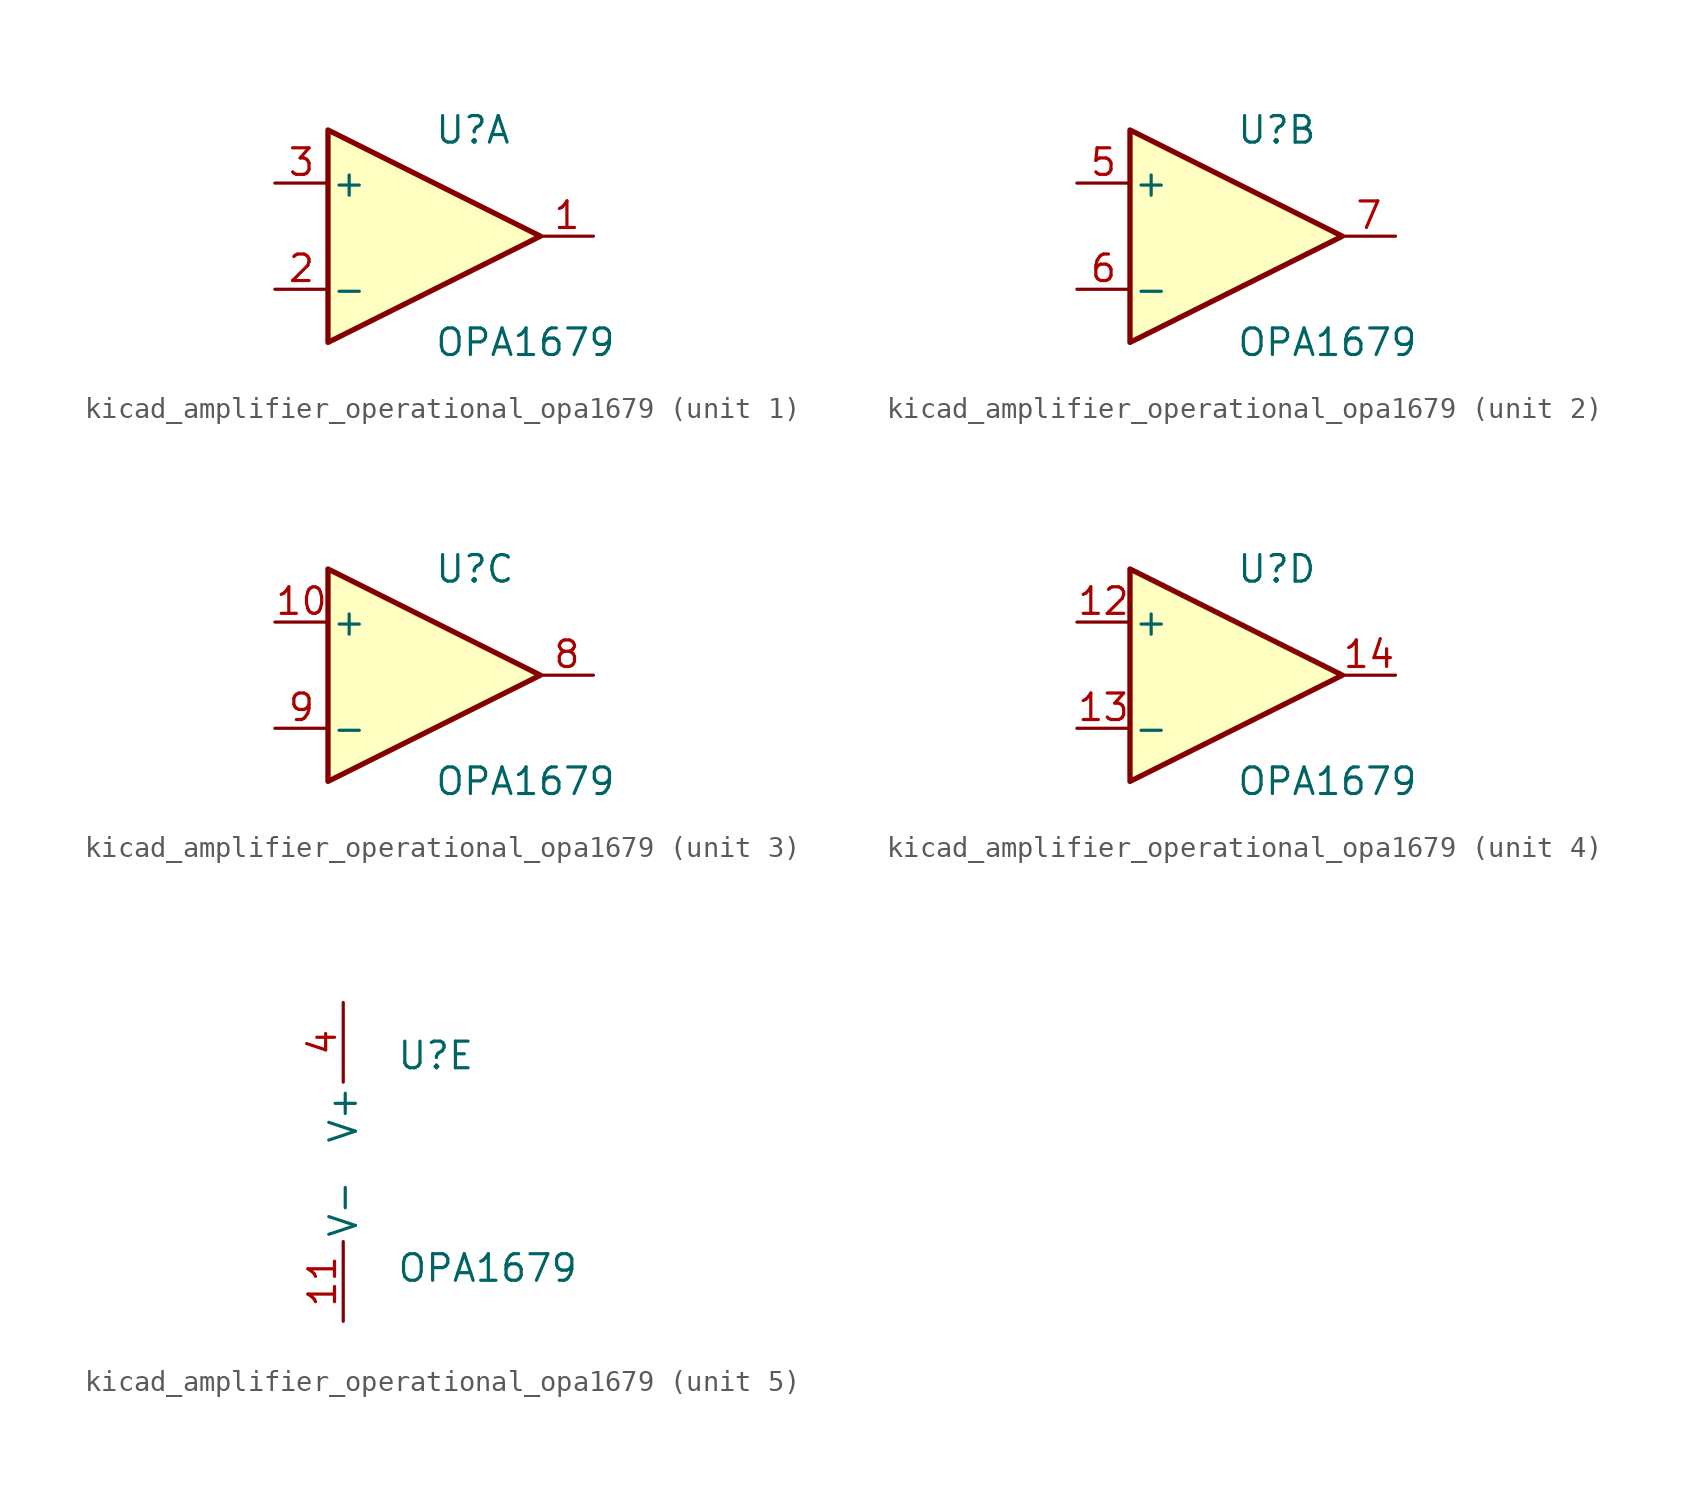
<source format=kicad_sym>
(kicad_symbol_lib
  (version 20220914)
  (generator kicad_symbol_editor)
  (symbol "kicad_amplifier_operational_opa1679"
    (pin_names
      (offset 0.127))
    (property "Reference" "U"
      (at 0 5.08 0)
      (effects (font (size 1.27 1.27)) (justify left)))
    (property "Value" "OPA1679"
      (at 0 -5.08 0)
      (effects (font (size 1.27 1.27)) (justify left)))
    (property "ki_locked" ""
      (at 0 0 0)
      (effects (font (size 1.27 1.27))))
    (symbol "kicad_amplifier_operational_opa1679_1_1"
      (polyline (pts (xy -5.08 5.08) (xy 5.08 0) (xy -5.08 -5.08) (xy -5.08 5.08)) (stroke (width 0.254) (type default)) (fill (type background)))
      (pin output line (at 7.62 0 180) (length 2.54) (name "~" (effects (font (size 1.27 1.27)))) (number "1" (effects (font (size 1.27 1.27)))))
      (pin input line (at -7.62 -2.54 0) (length 2.54) (name "-" (effects (font (size 1.27 1.27)))) (number "2" (effects (font (size 1.27 1.27)))))
      (pin input line (at -7.62 2.54 0) (length 2.54) (name "+" (effects (font (size 1.27 1.27)))) (number "3" (effects (font (size 1.27 1.27))))))
    (symbol "kicad_amplifier_operational_opa1679_2_1"
      (polyline (pts (xy -5.08 5.08) (xy 5.08 0) (xy -5.08 -5.08) (xy -5.08 5.08)) (stroke (width 0.254) (type default)) (fill (type background)))
      (pin input line (at -7.62 2.54 0) (length 2.54) (name "+" (effects (font (size 1.27 1.27)))) (number "5" (effects (font (size 1.27 1.27)))))
      (pin input line (at -7.62 -2.54 0) (length 2.54) (name "-" (effects (font (size 1.27 1.27)))) (number "6" (effects (font (size 1.27 1.27)))))
      (pin output line (at 7.62 0 180) (length 2.54) (name "~" (effects (font (size 1.27 1.27)))) (number "7" (effects (font (size 1.27 1.27))))))
    (symbol "kicad_amplifier_operational_opa1679_3_1"
      (polyline (pts (xy -5.08 5.08) (xy 5.08 0) (xy -5.08 -5.08) (xy -5.08 5.08)) (stroke (width 0.254) (type default)) (fill (type background)))
      (pin input line (at -7.62 2.54 0) (length 2.54) (name "+" (effects (font (size 1.27 1.27)))) (number "10" (effects (font (size 1.27 1.27)))))
      (pin output line (at 7.62 0 180) (length 2.54) (name "~" (effects (font (size 1.27 1.27)))) (number "8" (effects (font (size 1.27 1.27)))))
      (pin input line (at -7.62 -2.54 0) (length 2.54) (name "-" (effects (font (size 1.27 1.27)))) (number "9" (effects (font (size 1.27 1.27))))))
    (symbol "kicad_amplifier_operational_opa1679_4_1"
      (polyline (pts (xy -5.08 5.08) (xy 5.08 0) (xy -5.08 -5.08) (xy -5.08 5.08)) (stroke (width 0.254) (type default)) (fill (type background)))
      (pin input line (at -7.62 2.54 0) (length 2.54) (name "+" (effects (font (size 1.27 1.27)))) (number "12" (effects (font (size 1.27 1.27)))))
      (pin input line (at -7.62 -2.54 0) (length 2.54) (name "-" (effects (font (size 1.27 1.27)))) (number "13" (effects (font (size 1.27 1.27)))))
      (pin output line (at 7.62 0 180) (length 2.54) (name "~" (effects (font (size 1.27 1.27)))) (number "14" (effects (font (size 1.27 1.27))))))
    (symbol "kicad_amplifier_operational_opa1679_5_1"
      (pin power_in line (at -2.54 -7.62 90) (length 3.81) (name "V-" (effects (font (size 1.27 1.27)))) (number "11" (effects (font (size 1.27 1.27)))))
      (pin power_in line (at -2.54 7.62 270) (length 3.81) (name "V+" (effects (font (size 1.27 1.27)))) (number "4" (effects (font (size 1.27 1.27))))))))
</source>
